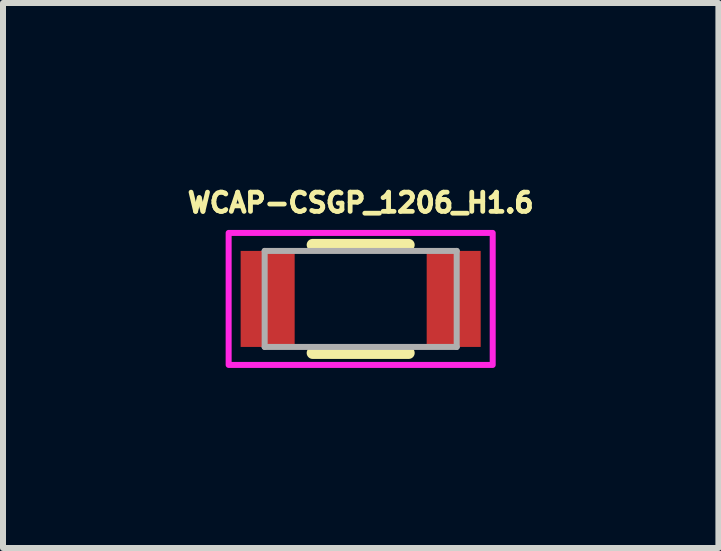
<source format=kicad_pcb>
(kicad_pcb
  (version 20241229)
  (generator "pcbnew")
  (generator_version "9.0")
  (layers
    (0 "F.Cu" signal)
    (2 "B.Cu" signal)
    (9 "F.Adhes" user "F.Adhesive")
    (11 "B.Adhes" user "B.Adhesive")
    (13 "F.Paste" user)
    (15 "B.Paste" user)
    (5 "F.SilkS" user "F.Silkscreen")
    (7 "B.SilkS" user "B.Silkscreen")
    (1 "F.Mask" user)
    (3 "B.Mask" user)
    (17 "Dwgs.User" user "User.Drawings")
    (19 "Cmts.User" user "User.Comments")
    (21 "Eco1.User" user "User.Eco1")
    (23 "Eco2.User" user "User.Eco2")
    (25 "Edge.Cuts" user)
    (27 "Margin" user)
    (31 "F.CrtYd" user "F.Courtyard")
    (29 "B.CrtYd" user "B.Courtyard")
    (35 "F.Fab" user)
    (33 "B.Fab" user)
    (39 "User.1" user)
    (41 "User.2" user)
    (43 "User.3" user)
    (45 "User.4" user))
  (footprint "WCAP-CSGP_1206_H1.6"
    (layer "F.Cu")
    (at 2.96 1.931)
    (property "Reference" "WCAP-CSGP_1206_H1.6" (at 0 -1.603 0) (layer "F.SilkS") (effects (font (size 0.32 0.32) (thickness 0.15))))
    (attr smd)
    (fp_line (start -0.8 -0.9) (end 0.8 -0.9) (stroke (width 0.2) (type solid)) (layer "F.SilkS"))
    (fp_line (start 0.8 0.9) (end -0.8 0.9) (stroke (width 0.2) (type solid)) (layer "F.SilkS"))
    (fp_poly (pts (xy -2.2 -1.1) (xy 2.2 -1.1) (xy 2.2 1.1) (xy -2.2 1.1)) (stroke (width 0.1) (type solid)) (fill no) (layer "F.CrtYd"))
    (fp_line (start -1.6 -0.8) (end -1.6 0.8) (stroke (width 0.1) (type solid)) (layer "F.Fab"))
    (fp_line (start -1.6 -0.8) (end 1.6 -0.8) (stroke (width 0.1) (type solid)) (layer "F.Fab"))
    (fp_line (start -1.6 0.8) (end 1.6 0.8) (stroke (width 0.1) (type solid)) (layer "F.Fab"))
    (fp_line (start 1.6 0.8) (end 1.6 -0.8) (stroke (width 0.1) (type solid)) (layer "F.Fab"))
    (pad "1" smd rect (at -1.55 0) (size 0.9 1.6) (layers "F.Cu" "F.Mask" "F.Paste"))
    (pad "2" smd rect (at 1.55 0) (size 0.9 1.6) (layers "F.Cu" "F.Mask" "F.Paste")))
  (gr_rect
    (start -3 -3)
    (end 8.921 6.081)
    (stroke (width 0.1) (type default))
    (fill no)
    (layer "Edge.Cuts")))
</source>
